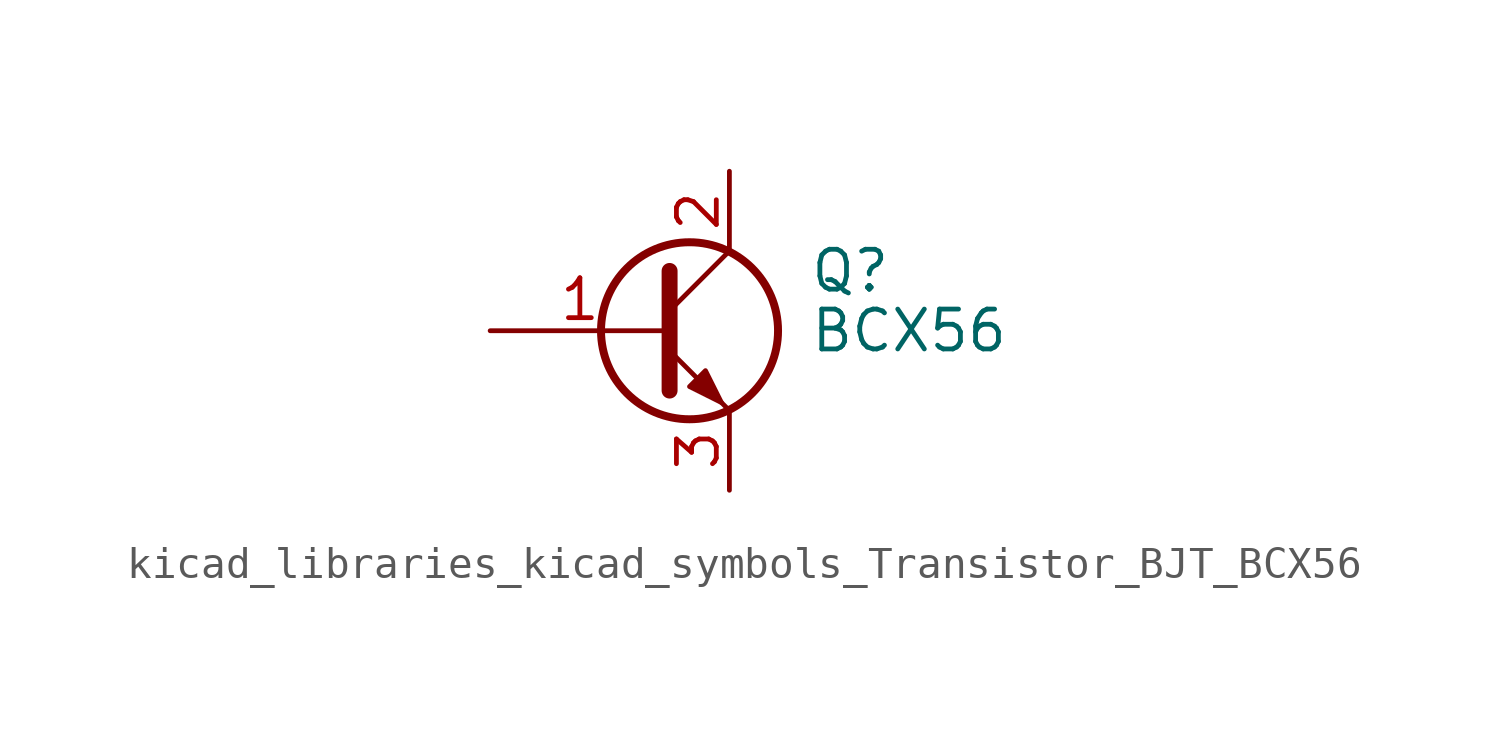
<source format=kicad_sym>
(kicad_symbol_lib
  (version 20220914)
  (generator kicad_symbol_editor)
  (symbol "kicad_libraries_kicad_symbols_Transistor_BJT_BCX56"
    (pin_names
      (offset 0) hide)
    (property "Reference" "Q"
      (at 5.08 1.905 0)
      (effects (font (size 1.27 1.27)) (justify left)))
    (property "Value" "BCX56"
      (at 5.08 0 0)
      (effects (font (size 1.27 1.27)) (justify left)))
    (symbol "kicad_libraries_kicad_symbols_Transistor_BJT_BCX56_0_1"
      (polyline (pts (xy 0.635 0.635) (xy 2.54 2.54)) (stroke (width 0) (type default)) (fill (type none)))
      (polyline (pts (xy 0.635 -0.635) (xy 2.54 -2.54) (xy 2.54 -2.54)) (stroke (width 0) (type default)) (fill (type none)))
      (polyline (pts (xy 0.635 1.905) (xy 0.635 -1.905) (xy 0.635 -1.905)) (stroke (width 0.508) (type default)) (fill (type none)))
      (polyline (pts (xy 1.27 -1.778) (xy 1.778 -1.27) (xy 2.286 -2.286) (xy 1.27 -1.778) (xy 1.27 -1.778)) (stroke (width 0) (type default)) (fill (type outline)))
      (circle (center 1.27 0) (radius 2.819) (stroke (width 0.254) (type default)) (fill (type none))))
    (symbol "kicad_libraries_kicad_symbols_Transistor_BJT_BCX56_1_1"
      (pin input line (at -5.08 0 0) (length 5.715) (name "B" (effects (font (size 1.27 1.27)))) (number "1" (effects (font (size 1.27 1.27)))))
      (pin passive line (at 2.54 5.08 270) (length 2.54) (name "C" (effects (font (size 1.27 1.27)))) (number "2" (effects (font (size 1.27 1.27)))))
      (pin passive line (at 2.54 -5.08 90) (length 2.54) (name "E" (effects (font (size 1.27 1.27)))) (number "3" (effects (font (size 1.27 1.27))))))))
</source>
